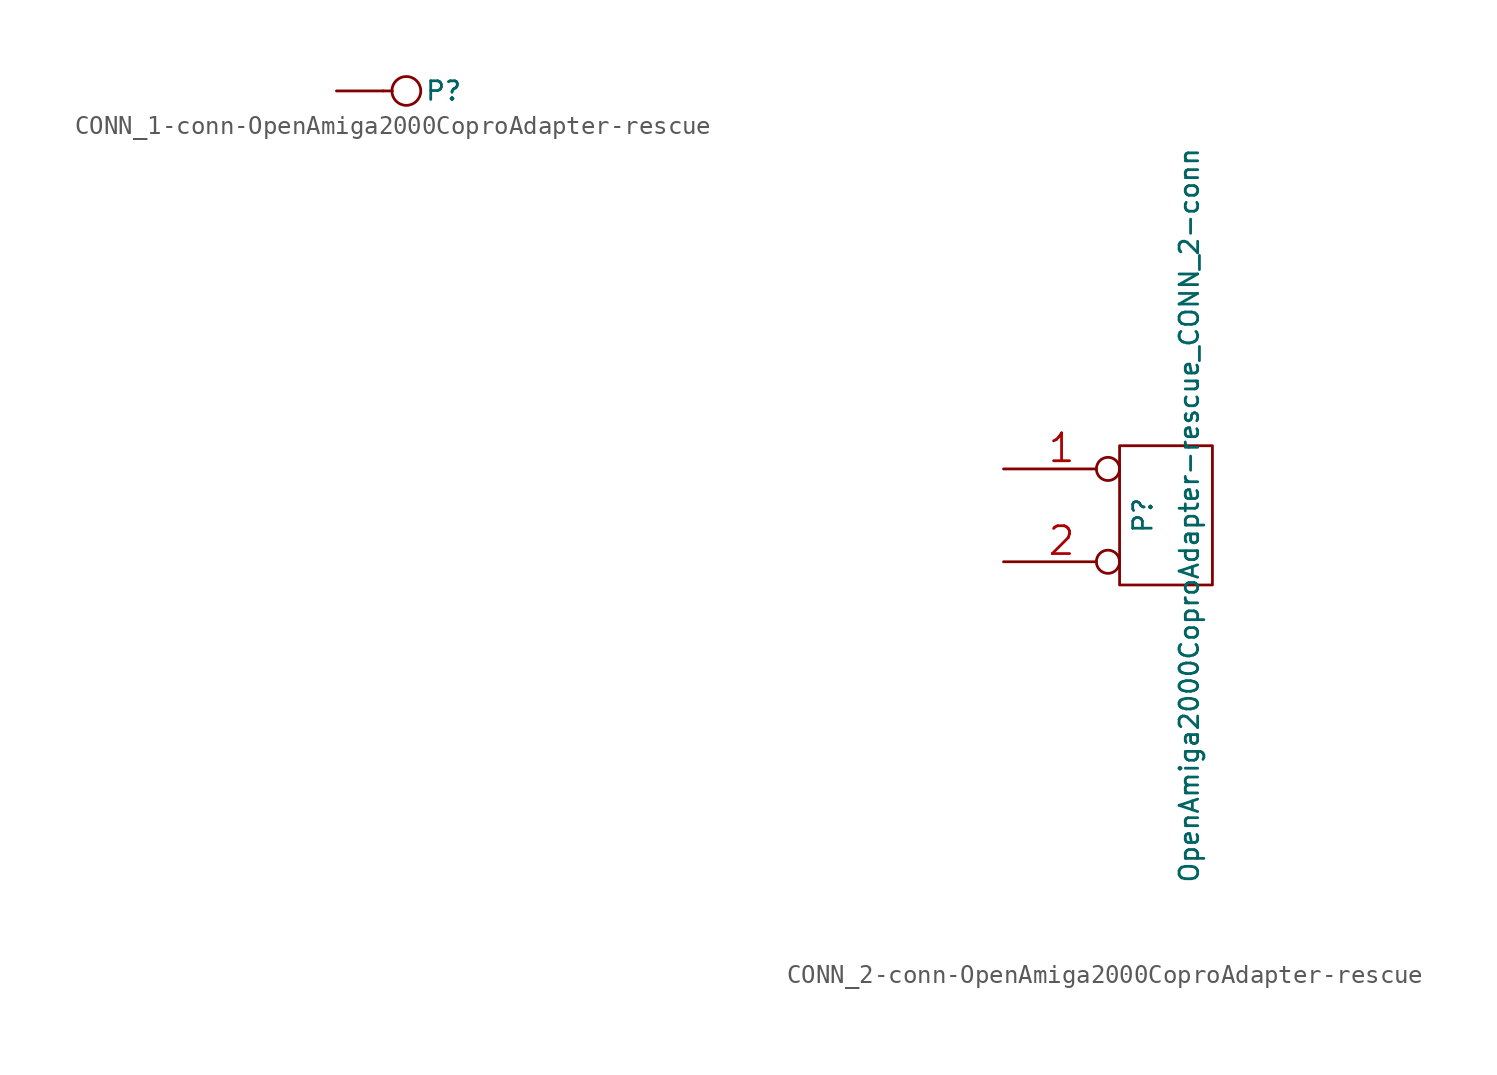
<source format=kicad_sym>
(kicad_symbol_lib
  (version 20241209)
  (generator "kicad_symbol_editor")
  (generator_version "9.0")
  (symbol "CONN_1-conn-OpenAmiga2000CoproAdapter-rescue"
    (pin_numbers
      (hide yes))
    (pin_names
      (offset 0.762)
      (hide yes))
    (property "Reference" "P"
      (at 2.032 0 0)
      (effects (font (size 1.016 1.016))))
    (symbol "CONN_1-conn-OpenAmiga2000CoproAdapter-rescue_0_1"
      (polyline (pts (xy -0.762 0) (xy -1.27 0)) (stroke (width 0) (type solid)) (fill (type none)))
      (circle (center 0 0) (radius 0.787) (stroke (width 0) (type solid)) (fill (type none))))
    (symbol "CONN_1-conn-OpenAmiga2000CoproAdapter-rescue_1_1"
      (pin passive line (at -3.81 0 0) (length 2.54) (name "1" (effects (font (size 1.524 1.524)))) (number "1" (effects (font (size 1.524 1.524)))))))
  (symbol "CONN_2-conn-OpenAmiga2000CoproAdapter-rescue"
    (pin_names
      (offset 1.016)
      (hide yes))
    (property "Reference" "P"
      (at -1.27 0 90)
      (effects (font (size 1.016 1.016))))
    (property "Value" "OpenAmiga2000CoproAdapter-rescue_CONN_2-conn"
      (at 1.27 0 90)
      (effects (font (size 1.016 1.016))))
    (symbol "CONN_2-conn-OpenAmiga2000CoproAdapter-rescue_0_1"
      (rectangle (start -2.54 3.81) (end 2.54 -3.81) (stroke (width 0) (type solid)) (fill (type none))))
    (symbol "CONN_2-conn-OpenAmiga2000CoproAdapter-rescue_1_1"
      (pin passive inverted (at -8.89 2.54 0) (length 6.35) (name "P1" (effects (font (size 1.524 1.524)))) (number "1" (effects (font (size 1.524 1.524)))))
      (pin passive inverted (at -8.89 -2.54 0) (length 6.35) (name "PM" (effects (font (size 1.524 1.524)))) (number "2" (effects (font (size 1.524 1.524))))))))
</source>
